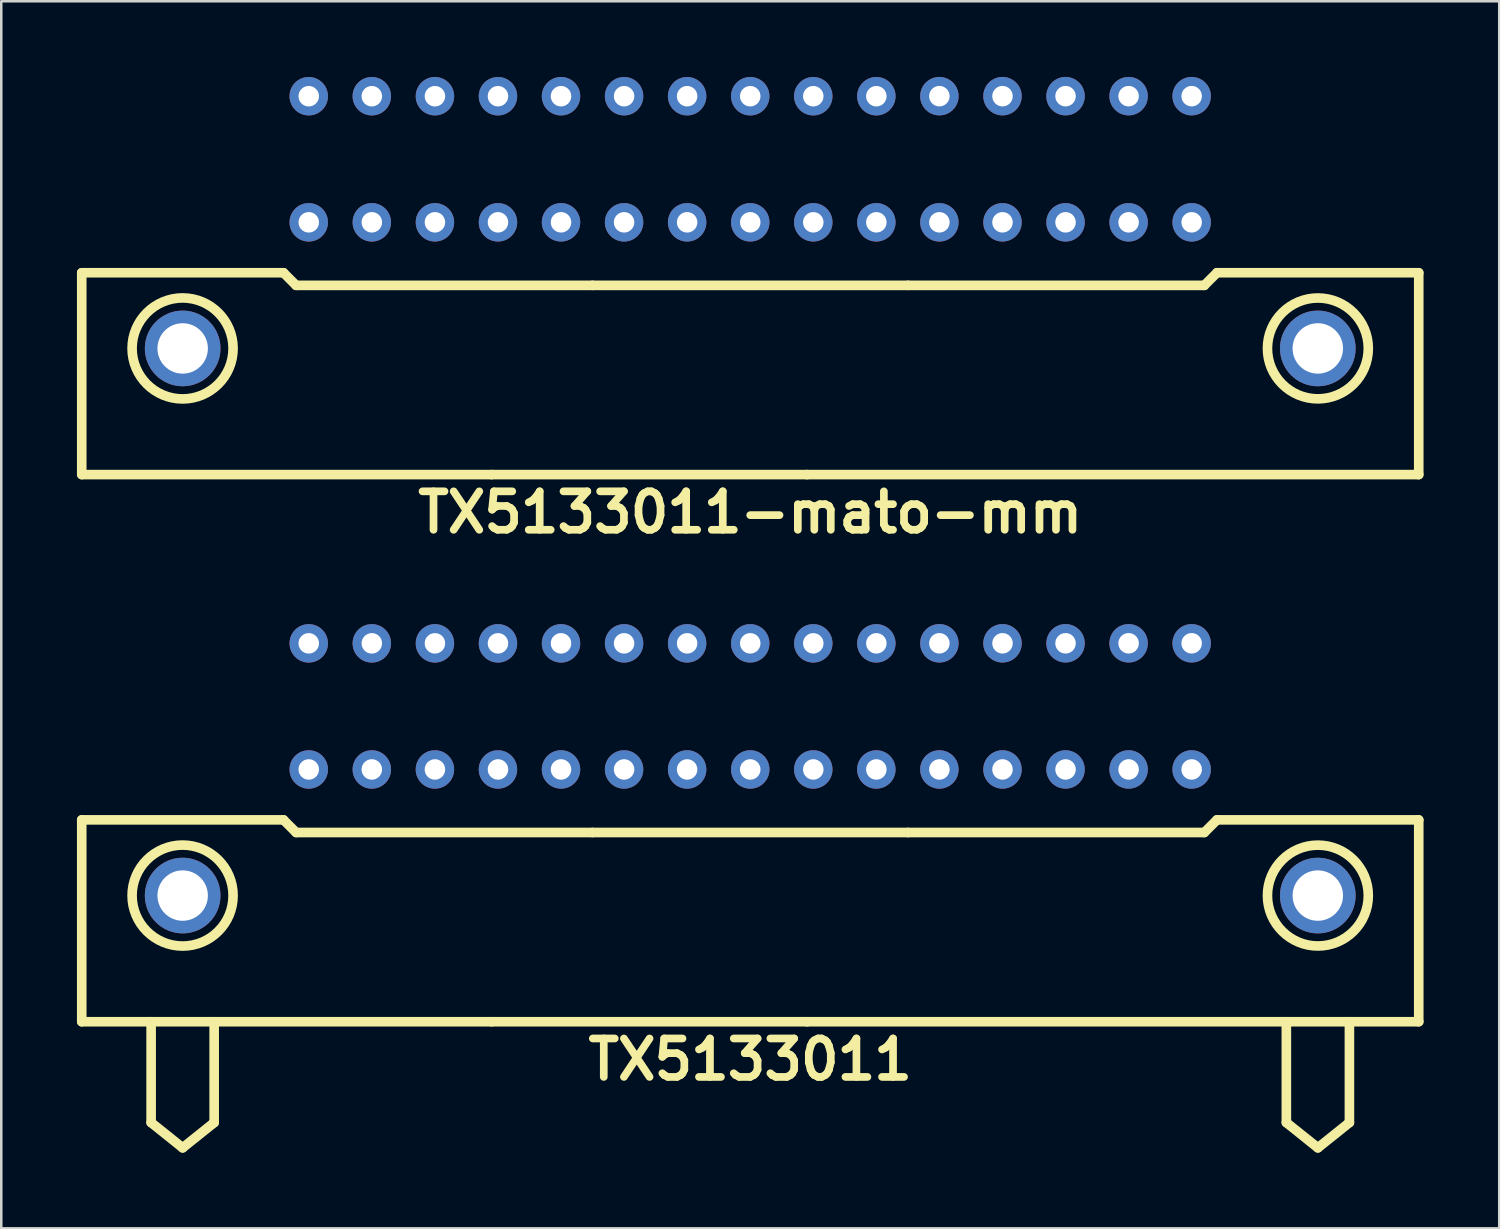
<source format=kicad_pcb>
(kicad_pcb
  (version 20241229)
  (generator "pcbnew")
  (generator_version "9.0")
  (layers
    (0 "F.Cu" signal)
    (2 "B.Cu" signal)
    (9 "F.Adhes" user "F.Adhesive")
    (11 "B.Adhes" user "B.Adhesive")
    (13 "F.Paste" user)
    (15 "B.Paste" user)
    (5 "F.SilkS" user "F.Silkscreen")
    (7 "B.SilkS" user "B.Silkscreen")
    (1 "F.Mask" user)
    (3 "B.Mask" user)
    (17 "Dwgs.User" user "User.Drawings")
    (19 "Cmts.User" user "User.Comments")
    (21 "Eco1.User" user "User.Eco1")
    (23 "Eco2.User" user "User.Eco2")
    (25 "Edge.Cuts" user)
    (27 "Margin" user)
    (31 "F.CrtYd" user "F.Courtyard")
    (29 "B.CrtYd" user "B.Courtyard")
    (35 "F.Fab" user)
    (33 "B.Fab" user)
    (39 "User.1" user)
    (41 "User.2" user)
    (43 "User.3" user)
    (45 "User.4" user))
  (footprint "TX5133011"
    (layer "F.Cu")
    (at 26.69 29.451)
    (property "Reference" "TX5133011" (at 0 9.5 0) (layer "F.SilkS") (effects (font (size 1.524 1.524) (thickness 0.305))))
    (attr through_hole)
    (fp_line (start -26.5 0) (end -18.501 0) (stroke (width 0.381) (type solid)) (layer "F.SilkS"))
    (fp_line (start -26.5 8.001) (end -26.5 0) (stroke (width 0.381) (type solid)) (layer "F.SilkS"))
    (fp_line (start -23.749 11.999) (end -23.749 8.001) (stroke (width 0.381) (type solid)) (layer "F.SilkS"))
    (fp_line (start -22.499 13) (end -23.749 11.999) (stroke (width 0.381) (type solid)) (layer "F.SilkS"))
    (fp_line (start -21.25 8.001) (end -21.25 11.999) (stroke (width 0.381) (type solid)) (layer "F.SilkS"))
    (fp_line (start -21.25 11.999) (end -22.499 13) (stroke (width 0.381) (type solid)) (layer "F.SilkS"))
    (fp_line (start -18.501 0) (end -18.001 0.5) (stroke (width 0.381) (type solid)) (layer "F.SilkS"))
    (fp_line (start -18.001 0.5) (end -6.251 0.5) (stroke (width 0.381) (type solid)) (layer "F.SilkS"))
    (fp_line (start -10.249 8.001) (end -26.497 8.001) (stroke (width 0.381) (type solid)) (layer "F.SilkS"))
    (fp_line (start -6.251 0.5) (end 6.251 0.5) (stroke (width 0.381) (type solid)) (layer "F.SilkS"))
    (fp_line (start 2.25 8.001) (end -10.249 8.001) (stroke (width 0.381) (type solid)) (layer "F.SilkS"))
    (fp_line (start 18.001 0.5) (end 6.251 0.5) (stroke (width 0.381) (type solid)) (layer "F.SilkS"))
    (fp_line (start 18.501 0) (end 18.001 0.5) (stroke (width 0.381) (type solid)) (layer "F.SilkS"))
    (fp_line (start 21.252 11.999) (end 21.252 8.001) (stroke (width 0.381) (type solid)) (layer "F.SilkS"))
    (fp_line (start 22.502 13) (end 21.252 11.999) (stroke (width 0.381) (type solid)) (layer "F.SilkS"))
    (fp_line (start 23.752 8.001) (end 23.752 11.999) (stroke (width 0.381) (type solid)) (layer "F.SilkS"))
    (fp_line (start 23.752 11.999) (end 22.502 13) (stroke (width 0.381) (type solid)) (layer "F.SilkS"))
    (fp_line (start 26.5 0) (end 18.501 0) (stroke (width 0.381) (type solid)) (layer "F.SilkS"))
    (fp_line (start 26.5 0) (end 26.5 8.001) (stroke (width 0.381) (type solid)) (layer "F.SilkS"))
    (fp_line (start 26.5 8.001) (end 2.25 8.001) (stroke (width 0.381) (type solid)) (layer "F.SilkS"))
    (fp_circle (center -22.502 3) (end -20.5 3) (stroke (width 0.381) (type solid)) (fill no) (layer "F.SilkS"))
    (fp_circle (center 22.502 3) (end 24.501 3) (stroke (width 0.381) (type solid)) (fill no) (layer "F.SilkS"))
    (pad "" thru_hole circle (at -22.499 3) (size 3 3) (drill 1.999) (layers "*.Cu" "*.Mask"))
    (pad "" thru_hole circle (at 22.499 3) (size 3 3) (drill 1.999) (layers "*.Cu" "*.Mask"))
    (pad "1" thru_hole circle (at -17.501 -1.999) (size 1.524 1.524) (drill 0.813) (layers "*.Cu" "*.Mask"))
    (pad "2" thru_hole circle (at -17.501 -6.998) (size 1.524 1.524) (drill 0.813) (layers "*.Cu" "*.Mask"))
    (pad "3" thru_hole circle (at -15.001 -1.999) (size 1.524 1.524) (drill 0.813) (layers "*.Cu" "*.Mask"))
    (pad "4" thru_hole circle (at -15.001 -6.998) (size 1.524 1.524) (drill 0.813) (layers "*.Cu" "*.Mask"))
    (pad "5" thru_hole circle (at -12.499 -1.999) (size 1.524 1.524) (drill 0.813) (layers "*.Cu" "*.Mask"))
    (pad "6" thru_hole circle (at -12.499 -6.998) (size 1.524 1.524) (drill 0.813) (layers "*.Cu" "*.Mask"))
    (pad "7" thru_hole circle (at -10 -1.999) (size 1.524 1.524) (drill 0.813) (layers "*.Cu" "*.Mask"))
    (pad "8" thru_hole circle (at -10 -6.998) (size 1.524 1.524) (drill 0.813) (layers "*.Cu" "*.Mask"))
    (pad "9" thru_hole circle (at -7.501 -1.999) (size 1.524 1.524) (drill 0.813) (layers "*.Cu" "*.Mask"))
    (pad "10" thru_hole circle (at -7.501 -6.998) (size 1.524 1.524) (drill 0.813) (layers "*.Cu" "*.Mask"))
    (pad "11" thru_hole circle (at -5.001 -1.999) (size 1.524 1.524) (drill 0.813) (layers "*.Cu" "*.Mask"))
    (pad "12" thru_hole circle (at -5.001 -6.998) (size 1.524 1.524) (drill 0.813) (layers "*.Cu" "*.Mask"))
    (pad "13" thru_hole circle (at -2.502 -1.999) (size 1.524 1.524) (drill 0.813) (layers "*.Cu" "*.Mask"))
    (pad "14" thru_hole circle (at -2.502 -6.998) (size 1.524 1.524) (drill 0.813) (layers "*.Cu" "*.Mask"))
    (pad "15" thru_hole circle (at 0 -1.999) (size 1.524 1.524) (drill 0.813) (layers "*.Cu" "*.Mask"))
    (pad "16" thru_hole circle (at 0 -6.998) (size 1.524 1.524) (drill 0.813) (layers "*.Cu" "*.Mask"))
    (pad "17" thru_hole circle (at 2.499 -1.999) (size 1.524 1.524) (drill 0.813) (layers "*.Cu" "*.Mask"))
    (pad "18" thru_hole circle (at 2.499 -6.998) (size 1.524 1.524) (drill 0.813) (layers "*.Cu" "*.Mask"))
    (pad "19" thru_hole circle (at 4.999 -1.999) (size 1.524 1.524) (drill 0.813) (layers "*.Cu" "*.Mask"))
    (pad "20" thru_hole circle (at 4.999 -6.998) (size 1.524 1.524) (drill 0.813) (layers "*.Cu" "*.Mask"))
    (pad "21" thru_hole circle (at 7.498 -1.999) (size 1.524 1.524) (drill 0.813) (layers "*.Cu" "*.Mask"))
    (pad "22" thru_hole circle (at 7.498 -7) (size 1.524 1.524) (drill 0.813) (layers "*.Cu" "*.Mask"))
    (pad "23" thru_hole circle (at 10 -1.999) (size 1.524 1.524) (drill 0.813) (layers "*.Cu" "*.Mask"))
    (pad "24" thru_hole circle (at 10 -7) (size 1.524 1.524) (drill 0.813) (layers "*.Cu" "*.Mask"))
    (pad "25" thru_hole circle (at 12.499 -1.999) (size 1.524 1.524) (drill 0.813) (layers "*.Cu" "*.Mask"))
    (pad "26" thru_hole circle (at 12.499 -7) (size 1.524 1.524) (drill 0.813) (layers "*.Cu" "*.Mask"))
    (pad "27" thru_hole circle (at 14.999 -1.999) (size 1.524 1.524) (drill 0.813) (layers "*.Cu" "*.Mask"))
    (pad "28" thru_hole circle (at 14.999 -7) (size 1.524 1.524) (drill 0.813) (layers "*.Cu" "*.Mask"))
    (pad "29" thru_hole circle (at 17.498 -1.999) (size 1.524 1.524) (drill 0.813) (layers "*.Cu" "*.Mask"))
    (pad "30" thru_hole circle (at 17.498 -7) (size 1.524 1.524) (drill 0.813) (layers "*.Cu" "*.Mask")))
  (footprint "TX5133011-mato-mm"
    (layer "F.Cu")
    (at 26.69 7.762)
    (property "Reference" "TX5133011-mato-mm" (at 0 9.5 0) (layer "F.SilkS") (effects (font (size 1.524 1.524) (thickness 0.305))))
    (attr through_hole)
    (fp_line (start -26.5 0) (end -18.501 0) (stroke (width 0.381) (type solid)) (layer "F.SilkS"))
    (fp_line (start -26.5 8.001) (end -26.5 0) (stroke (width 0.381) (type solid)) (layer "F.SilkS"))
    (fp_line (start -18.501 0) (end -18.001 0.5) (stroke (width 0.381) (type solid)) (layer "F.SilkS"))
    (fp_line (start -18.001 0.5) (end -6.251 0.5) (stroke (width 0.381) (type solid)) (layer "F.SilkS"))
    (fp_line (start -10.249 8.001) (end -26.497 8.001) (stroke (width 0.381) (type solid)) (layer "F.SilkS"))
    (fp_line (start -6.251 0.5) (end 6.251 0.5) (stroke (width 0.381) (type solid)) (layer "F.SilkS"))
    (fp_line (start 2.25 8.001) (end -10.249 8.001) (stroke (width 0.381) (type solid)) (layer "F.SilkS"))
    (fp_line (start 18.001 0.5) (end 6.251 0.5) (stroke (width 0.381) (type solid)) (layer "F.SilkS"))
    (fp_line (start 18.501 0) (end 18.001 0.5) (stroke (width 0.381) (type solid)) (layer "F.SilkS"))
    (fp_line (start 26.5 0) (end 18.501 0) (stroke (width 0.381) (type solid)) (layer "F.SilkS"))
    (fp_line (start 26.5 0) (end 26.5 8.001) (stroke (width 0.381) (type solid)) (layer "F.SilkS"))
    (fp_line (start 26.5 8.001) (end 2.25 8.001) (stroke (width 0.381) (type solid)) (layer "F.SilkS"))
    (fp_circle (center -22.502 3) (end -20.5 3) (stroke (width 0.381) (type solid)) (fill no) (layer "F.SilkS"))
    (fp_circle (center 22.502 3) (end 24.501 3) (stroke (width 0.381) (type solid)) (fill no) (layer "F.SilkS"))
    (pad "" thru_hole circle (at -22.499 3) (size 3 3) (drill 1.999) (layers "*.Cu" "*.Mask"))
    (pad "" thru_hole circle (at 22.499 3) (size 3 3) (drill 1.999) (layers "*.Cu" "*.Mask"))
    (pad "1" thru_hole circle (at 17.498 -1.999) (size 1.524 1.524) (drill 0.813) (layers "*.Cu" "*.Mask"))
    (pad "2" thru_hole circle (at 17.498 -7) (size 1.524 1.524) (drill 0.813) (layers "*.Cu" "*.Mask"))
    (pad "3" thru_hole circle (at 14.999 -1.999) (size 1.524 1.524) (drill 0.813) (layers "*.Cu" "*.Mask"))
    (pad "4" thru_hole circle (at 14.999 -7) (size 1.524 1.524) (drill 0.813) (layers "*.Cu" "*.Mask"))
    (pad "5" thru_hole circle (at 12.499 -1.999) (size 1.524 1.524) (drill 0.813) (layers "*.Cu" "*.Mask"))
    (pad "6" thru_hole circle (at 12.499 -7) (size 1.524 1.524) (drill 0.813) (layers "*.Cu" "*.Mask"))
    (pad "7" thru_hole circle (at 10 -1.999) (size 1.524 1.524) (drill 0.813) (layers "*.Cu" "*.Mask"))
    (pad "8" thru_hole circle (at 10 -7) (size 1.524 1.524) (drill 0.813) (layers "*.Cu" "*.Mask"))
    (pad "9" thru_hole circle (at 7.498 -1.999) (size 1.524 1.524) (drill 0.813) (layers "*.Cu" "*.Mask"))
    (pad "10" thru_hole circle (at 7.498 -7) (size 1.524 1.524) (drill 0.813) (layers "*.Cu" "*.Mask"))
    (pad "11" thru_hole circle (at 4.999 -1.999) (size 1.524 1.524) (drill 0.813) (layers "*.Cu" "*.Mask"))
    (pad "12" thru_hole circle (at 4.999 -6.998) (size 1.524 1.524) (drill 0.813) (layers "*.Cu" "*.Mask"))
    (pad "13" thru_hole circle (at 2.499 -1.999) (size 1.524 1.524) (drill 0.813) (layers "*.Cu" "*.Mask"))
    (pad "14" thru_hole circle (at 2.499 -6.998) (size 1.524 1.524) (drill 0.813) (layers "*.Cu" "*.Mask"))
    (pad "15" thru_hole circle (at 0 -1.999) (size 1.524 1.524) (drill 0.813) (layers "*.Cu" "*.Mask"))
    (pad "16" thru_hole circle (at 0 -6.998) (size 1.524 1.524) (drill 0.813) (layers "*.Cu" "*.Mask"))
    (pad "17" thru_hole circle (at -2.502 -1.999) (size 1.524 1.524) (drill 0.813) (layers "*.Cu" "*.Mask"))
    (pad "18" thru_hole circle (at -2.502 -6.998) (size 1.524 1.524) (drill 0.813) (layers "*.Cu" "*.Mask"))
    (pad "19" thru_hole circle (at -5.001 -1.999) (size 1.524 1.524) (drill 0.813) (layers "*.Cu" "*.Mask"))
    (pad "20" thru_hole circle (at -5.001 -6.998) (size 1.524 1.524) (drill 0.813) (layers "*.Cu" "*.Mask"))
    (pad "21" thru_hole circle (at -7.501 -1.999) (size 1.524 1.524) (drill 0.813) (layers "*.Cu" "*.Mask"))
    (pad "22" thru_hole circle (at -7.501 -6.998) (size 1.524 1.524) (drill 0.813) (layers "*.Cu" "*.Mask"))
    (pad "23" thru_hole circle (at -10 -1.999) (size 1.524 1.524) (drill 0.813) (layers "*.Cu" "*.Mask"))
    (pad "24" thru_hole circle (at -10 -6.998) (size 1.524 1.524) (drill 0.813) (layers "*.Cu" "*.Mask"))
    (pad "25" thru_hole circle (at -12.499 -1.999) (size 1.524 1.524) (drill 0.813) (layers "*.Cu" "*.Mask"))
    (pad "26" thru_hole circle (at -12.499 -6.998) (size 1.524 1.524) (drill 0.813) (layers "*.Cu" "*.Mask"))
    (pad "27" thru_hole circle (at -15.001 -1.999) (size 1.524 1.524) (drill 0.813) (layers "*.Cu" "*.Mask"))
    (pad "28" thru_hole circle (at -15.001 -6.998) (size 1.524 1.524) (drill 0.813) (layers "*.Cu" "*.Mask"))
    (pad "29" thru_hole circle (at -17.501 -1.999) (size 1.524 1.524) (drill 0.813) (layers "*.Cu" "*.Mask"))
    (pad "30" thru_hole circle (at -17.501 -6.998) (size 1.524 1.524) (drill 0.813) (layers "*.Cu" "*.Mask")))
  (gr_rect
    (start -3 -3)
    (end 56.381 45.641)
    (stroke (width 0.1) (type default))
    (fill no)
    (layer "Edge.Cuts")))
</source>
